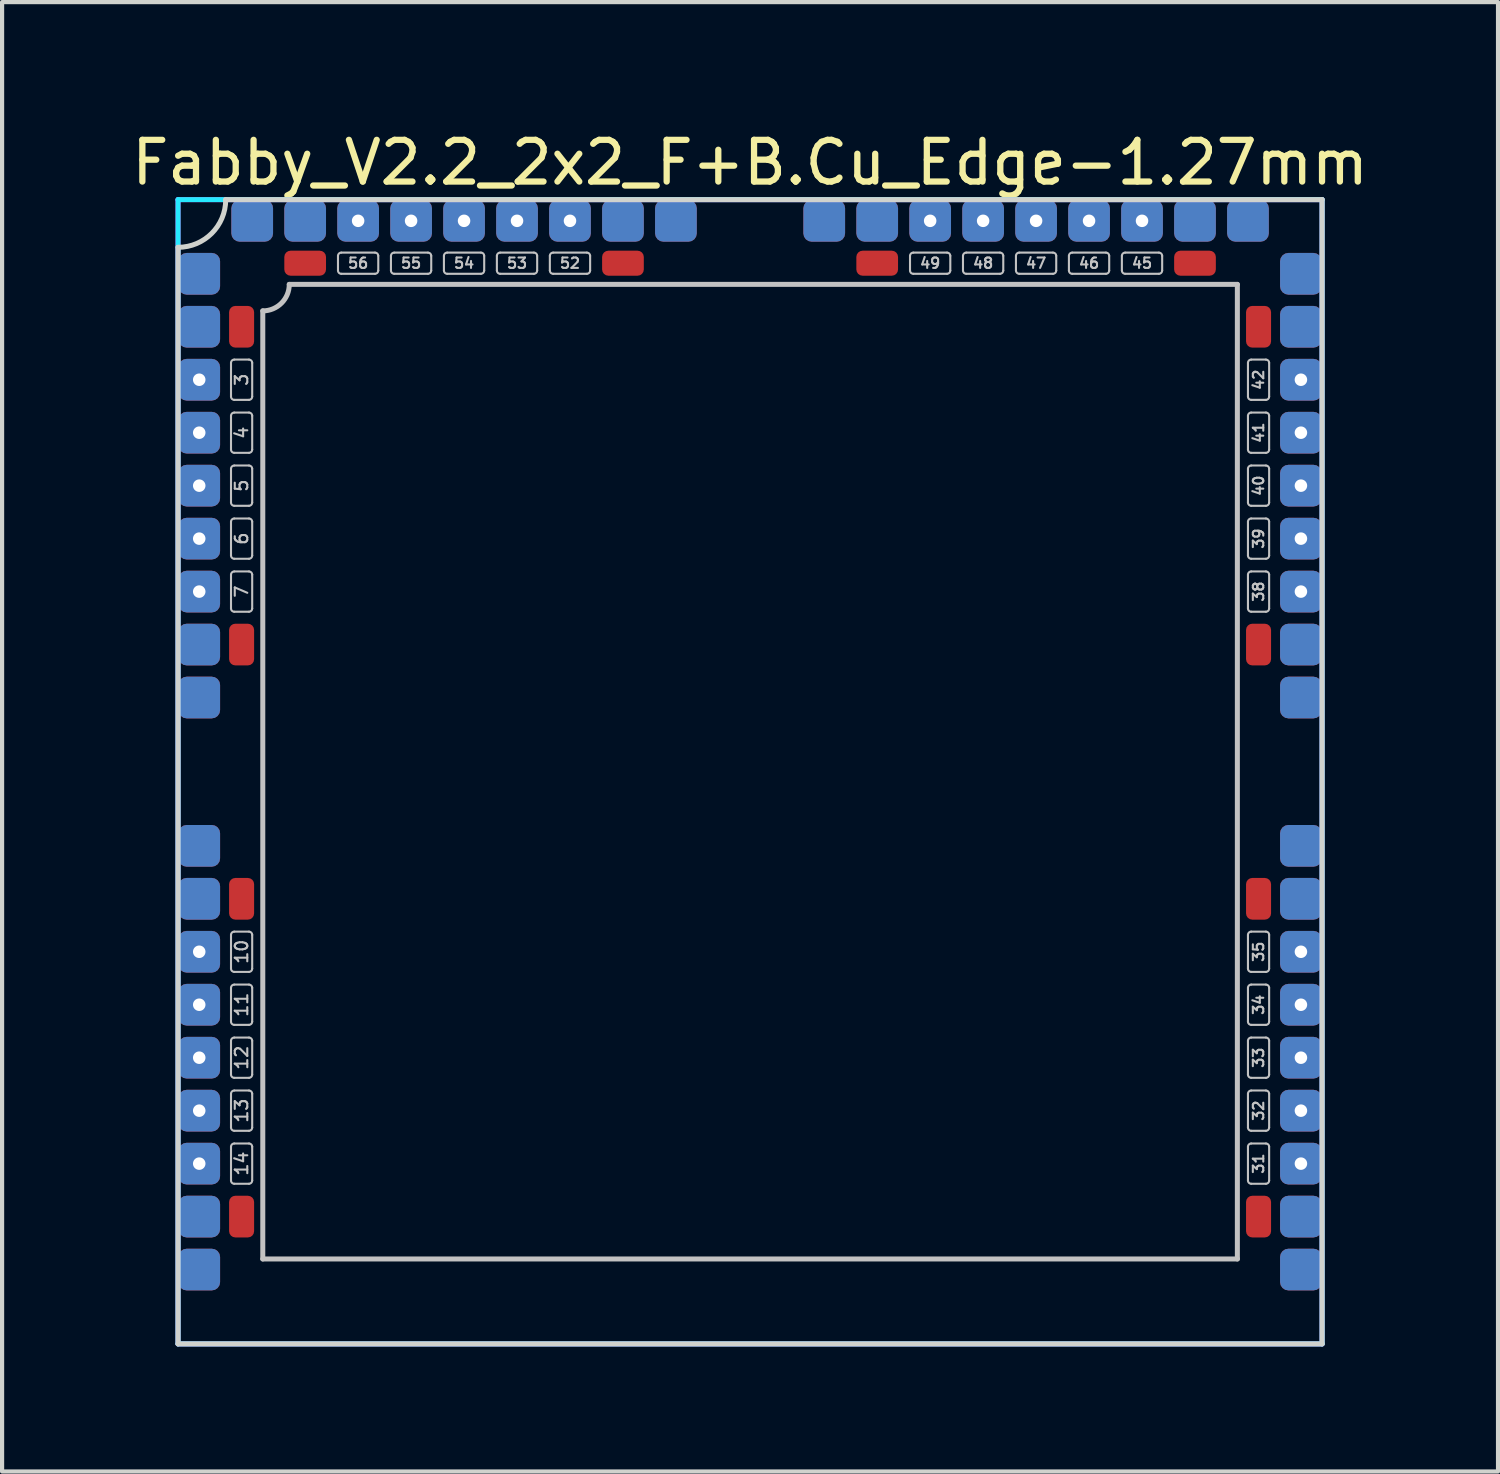
<source format=kicad_pcb>
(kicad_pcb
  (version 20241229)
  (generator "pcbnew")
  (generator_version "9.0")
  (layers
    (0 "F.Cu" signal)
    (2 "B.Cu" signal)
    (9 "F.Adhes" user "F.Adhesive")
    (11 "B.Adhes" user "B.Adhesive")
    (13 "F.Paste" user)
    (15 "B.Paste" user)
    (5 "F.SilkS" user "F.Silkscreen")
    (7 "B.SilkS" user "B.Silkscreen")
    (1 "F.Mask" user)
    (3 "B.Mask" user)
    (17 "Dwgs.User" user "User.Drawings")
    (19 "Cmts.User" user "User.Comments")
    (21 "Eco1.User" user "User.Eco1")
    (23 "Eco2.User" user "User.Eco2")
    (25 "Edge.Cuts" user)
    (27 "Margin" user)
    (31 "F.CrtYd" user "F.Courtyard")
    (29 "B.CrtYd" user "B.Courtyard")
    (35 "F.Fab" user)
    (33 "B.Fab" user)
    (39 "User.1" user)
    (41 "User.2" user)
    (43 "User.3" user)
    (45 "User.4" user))
  (footprint "Fabby_V2.2_2x2_F+B.Cu_Edge-1.27mm"
    (layer "F.Cu")
    (at 14.935 15.453)
    (property "Reference" "Fabby_V2.2_2x2_F+B.Cu_Edge-1.27mm" (at 0 -14.605 0) (layer "F.SilkS") (effects (font (size 1 1) (thickness 0.15))))
    (attr through_hole)
    (fp_line (start -12.446 -8.992) (end -12.446 -9.804) (stroke (width 0.05) (type solid)) (layer "Dwgs.User"))
    (fp_line (start -12.446 -7.722) (end -12.446 -8.534) (stroke (width 0.05) (type solid)) (layer "Dwgs.User"))
    (fp_line (start -12.446 -6.452) (end -12.446 -7.264) (stroke (width 0.05) (type solid)) (layer "Dwgs.User"))
    (fp_line (start -12.446 -5.182) (end -12.446 -5.994) (stroke (width 0.05) (type solid)) (layer "Dwgs.User"))
    (fp_line (start -12.446 -3.912) (end -12.446 -4.724) (stroke (width 0.05) (type solid)) (layer "Dwgs.User"))
    (fp_line (start -12.446 4.724) (end -12.446 3.912) (stroke (width 0.05) (type solid)) (layer "Dwgs.User"))
    (fp_line (start -12.446 5.994) (end -12.446 5.182) (stroke (width 0.05) (type solid)) (layer "Dwgs.User"))
    (fp_line (start -12.446 7.264) (end -12.446 6.452) (stroke (width 0.05) (type solid)) (layer "Dwgs.User"))
    (fp_line (start -12.446 8.534) (end -12.446 7.722) (stroke (width 0.05) (type solid)) (layer "Dwgs.User"))
    (fp_line (start -12.446 9.804) (end -12.446 8.992) (stroke (width 0.05) (type solid)) (layer "Dwgs.User"))
    (fp_line (start -12.37 -9.881) (end -12.014 -9.881) (stroke (width 0.05) (type solid)) (layer "Dwgs.User"))
    (fp_line (start -12.37 -8.915) (end -12.014 -8.915) (stroke (width 0.05) (type solid)) (layer "Dwgs.User"))
    (fp_line (start -12.37 -8.611) (end -12.014 -8.611) (stroke (width 0.05) (type solid)) (layer "Dwgs.User"))
    (fp_line (start -12.37 -7.645) (end -12.014 -7.645) (stroke (width 0.05) (type solid)) (layer "Dwgs.User"))
    (fp_line (start -12.37 -7.341) (end -12.014 -7.341) (stroke (width 0.05) (type solid)) (layer "Dwgs.User"))
    (fp_line (start -12.37 -6.375) (end -12.014 -6.375) (stroke (width 0.05) (type solid)) (layer "Dwgs.User"))
    (fp_line (start -12.37 -6.071) (end -12.014 -6.071) (stroke (width 0.05) (type solid)) (layer "Dwgs.User"))
    (fp_line (start -12.37 -5.105) (end -12.014 -5.105) (stroke (width 0.05) (type solid)) (layer "Dwgs.User"))
    (fp_line (start -12.37 -4.801) (end -12.014 -4.801) (stroke (width 0.05) (type solid)) (layer "Dwgs.User"))
    (fp_line (start -12.37 -3.835) (end -12.014 -3.835) (stroke (width 0.05) (type solid)) (layer "Dwgs.User"))
    (fp_line (start -12.37 3.835) (end -12.014 3.835) (stroke (width 0.05) (type solid)) (layer "Dwgs.User"))
    (fp_line (start -12.37 4.801) (end -12.014 4.801) (stroke (width 0.05) (type solid)) (layer "Dwgs.User"))
    (fp_line (start -12.37 5.105) (end -12.014 5.105) (stroke (width 0.05) (type solid)) (layer "Dwgs.User"))
    (fp_line (start -12.37 6.071) (end -12.014 6.071) (stroke (width 0.05) (type solid)) (layer "Dwgs.User"))
    (fp_line (start -12.37 6.375) (end -12.014 6.375) (stroke (width 0.05) (type solid)) (layer "Dwgs.User"))
    (fp_line (start -12.37 7.341) (end -12.014 7.341) (stroke (width 0.05) (type solid)) (layer "Dwgs.User"))
    (fp_line (start -12.37 7.645) (end -12.014 7.645) (stroke (width 0.05) (type solid)) (layer "Dwgs.User"))
    (fp_line (start -12.37 8.611) (end -12.014 8.611) (stroke (width 0.05) (type solid)) (layer "Dwgs.User"))
    (fp_line (start -12.37 8.915) (end -12.014 8.915) (stroke (width 0.05) (type solid)) (layer "Dwgs.User"))
    (fp_line (start -12.37 9.881) (end -12.014 9.881) (stroke (width 0.05) (type solid)) (layer "Dwgs.User"))
    (fp_line (start -11.938 -8.992) (end -11.938 -9.804) (stroke (width 0.05) (type solid)) (layer "Dwgs.User"))
    (fp_line (start -11.938 -7.722) (end -11.938 -8.534) (stroke (width 0.05) (type solid)) (layer "Dwgs.User"))
    (fp_line (start -11.938 -6.452) (end -11.938 -7.264) (stroke (width 0.05) (type solid)) (layer "Dwgs.User"))
    (fp_line (start -11.938 -5.182) (end -11.938 -5.994) (stroke (width 0.05) (type solid)) (layer "Dwgs.User"))
    (fp_line (start -11.938 -3.912) (end -11.938 -4.724) (stroke (width 0.05) (type solid)) (layer "Dwgs.User"))
    (fp_line (start -11.938 4.724) (end -11.938 3.912) (stroke (width 0.05) (type solid)) (layer "Dwgs.User"))
    (fp_line (start -11.938 5.994) (end -11.938 5.182) (stroke (width 0.05) (type solid)) (layer "Dwgs.User"))
    (fp_line (start -11.938 7.264) (end -11.938 6.452) (stroke (width 0.05) (type solid)) (layer "Dwgs.User"))
    (fp_line (start -11.938 8.534) (end -11.938 7.722) (stroke (width 0.05) (type solid)) (layer "Dwgs.User"))
    (fp_line (start -11.938 9.804) (end -11.938 8.992) (stroke (width 0.05) (type solid)) (layer "Dwgs.User"))
    (fp_line (start -11.684 11.684) (end -11.684 -11.049) (stroke (width 0.12) (type solid)) (layer "Dwgs.User"))
    (fp_line (start -11.049 -11.684) (end 11.684 -11.684) (stroke (width 0.12) (type solid)) (layer "Dwgs.User"))
    (fp_line (start -9.881 -12.014) (end -9.881 -12.37) (stroke (width 0.05) (type solid)) (layer "Dwgs.User"))
    (fp_line (start -8.992 -12.446) (end -9.804 -12.446) (stroke (width 0.05) (type solid)) (layer "Dwgs.User"))
    (fp_line (start -8.992 -11.938) (end -9.804 -11.938) (stroke (width 0.05) (type solid)) (layer "Dwgs.User"))
    (fp_line (start -8.915 -12.014) (end -8.915 -12.37) (stroke (width 0.05) (type solid)) (layer "Dwgs.User"))
    (fp_line (start -8.611 -12.014) (end -8.611 -12.37) (stroke (width 0.05) (type solid)) (layer "Dwgs.User"))
    (fp_line (start -7.722 -12.446) (end -8.534 -12.446) (stroke (width 0.05) (type solid)) (layer "Dwgs.User"))
    (fp_line (start -7.722 -11.938) (end -8.534 -11.938) (stroke (width 0.05) (type solid)) (layer "Dwgs.User"))
    (fp_line (start -7.645 -12.014) (end -7.645 -12.37) (stroke (width 0.05) (type solid)) (layer "Dwgs.User"))
    (fp_line (start -7.341 -12.014) (end -7.341 -12.37) (stroke (width 0.05) (type solid)) (layer "Dwgs.User"))
    (fp_line (start -6.452 -12.446) (end -7.264 -12.446) (stroke (width 0.05) (type solid)) (layer "Dwgs.User"))
    (fp_line (start -6.452 -11.938) (end -7.264 -11.938) (stroke (width 0.05) (type solid)) (layer "Dwgs.User"))
    (fp_line (start -6.375 -12.014) (end -6.375 -12.37) (stroke (width 0.05) (type solid)) (layer "Dwgs.User"))
    (fp_line (start -6.071 -12.014) (end -6.071 -12.37) (stroke (width 0.05) (type solid)) (layer "Dwgs.User"))
    (fp_line (start -5.182 -12.446) (end -5.994 -12.446) (stroke (width 0.05) (type solid)) (layer "Dwgs.User"))
    (fp_line (start -5.182 -11.938) (end -5.994 -11.938) (stroke (width 0.05) (type solid)) (layer "Dwgs.User"))
    (fp_line (start -5.105 -12.014) (end -5.105 -12.37) (stroke (width 0.05) (type solid)) (layer "Dwgs.User"))
    (fp_line (start -4.801 -12.014) (end -4.801 -12.37) (stroke (width 0.05) (type solid)) (layer "Dwgs.User"))
    (fp_line (start -3.912 -12.446) (end -4.724 -12.446) (stroke (width 0.05) (type solid)) (layer "Dwgs.User"))
    (fp_line (start -3.912 -11.938) (end -4.724 -11.938) (stroke (width 0.05) (type solid)) (layer "Dwgs.User"))
    (fp_line (start -3.835 -12.014) (end -3.835 -12.37) (stroke (width 0.05) (type solid)) (layer "Dwgs.User"))
    (fp_line (start 3.835 -12.014) (end 3.835 -12.37) (stroke (width 0.05) (type solid)) (layer "Dwgs.User"))
    (fp_line (start 4.724 -12.446) (end 3.912 -12.446) (stroke (width 0.05) (type solid)) (layer "Dwgs.User"))
    (fp_line (start 4.724 -11.938) (end 3.912 -11.938) (stroke (width 0.05) (type solid)) (layer "Dwgs.User"))
    (fp_line (start 4.801 -12.014) (end 4.801 -12.37) (stroke (width 0.05) (type solid)) (layer "Dwgs.User"))
    (fp_line (start 5.105 -12.014) (end 5.105 -12.37) (stroke (width 0.05) (type solid)) (layer "Dwgs.User"))
    (fp_line (start 5.994 -12.446) (end 5.182 -12.446) (stroke (width 0.05) (type solid)) (layer "Dwgs.User"))
    (fp_line (start 5.994 -11.938) (end 5.182 -11.938) (stroke (width 0.05) (type solid)) (layer "Dwgs.User"))
    (fp_line (start 6.071 -12.014) (end 6.071 -12.37) (stroke (width 0.05) (type solid)) (layer "Dwgs.User"))
    (fp_line (start 6.375 -12.014) (end 6.375 -12.37) (stroke (width 0.05) (type solid)) (layer "Dwgs.User"))
    (fp_line (start 7.264 -12.446) (end 6.452 -12.446) (stroke (width 0.05) (type solid)) (layer "Dwgs.User"))
    (fp_line (start 7.264 -11.938) (end 6.452 -11.938) (stroke (width 0.05) (type solid)) (layer "Dwgs.User"))
    (fp_line (start 7.341 -12.014) (end 7.341 -12.37) (stroke (width 0.05) (type solid)) (layer "Dwgs.User"))
    (fp_line (start 7.645 -12.014) (end 7.645 -12.37) (stroke (width 0.05) (type solid)) (layer "Dwgs.User"))
    (fp_line (start 8.534 -12.446) (end 7.722 -12.446) (stroke (width 0.05) (type solid)) (layer "Dwgs.User"))
    (fp_line (start 8.534 -11.938) (end 7.722 -11.938) (stroke (width 0.05) (type solid)) (layer "Dwgs.User"))
    (fp_line (start 8.611 -12.014) (end 8.611 -12.37) (stroke (width 0.05) (type solid)) (layer "Dwgs.User"))
    (fp_line (start 8.915 -12.014) (end 8.915 -12.37) (stroke (width 0.05) (type solid)) (layer "Dwgs.User"))
    (fp_line (start 9.804 -12.446) (end 8.992 -12.446) (stroke (width 0.05) (type solid)) (layer "Dwgs.User"))
    (fp_line (start 9.804 -11.938) (end 8.992 -11.938) (stroke (width 0.05) (type solid)) (layer "Dwgs.User"))
    (fp_line (start 9.881 -12.014) (end 9.881 -12.37) (stroke (width 0.05) (type solid)) (layer "Dwgs.User"))
    (fp_line (start 11.684 -11.684) (end 11.684 11.684) (stroke (width 0.12) (type solid)) (layer "Dwgs.User"))
    (fp_line (start 11.684 11.684) (end -11.684 11.684) (stroke (width 0.12) (type solid)) (layer "Dwgs.User"))
    (fp_line (start 11.938 -8.992) (end 11.938 -9.804) (stroke (width 0.05) (type solid)) (layer "Dwgs.User"))
    (fp_line (start 11.938 -7.722) (end 11.938 -8.534) (stroke (width 0.05) (type solid)) (layer "Dwgs.User"))
    (fp_line (start 11.938 -6.452) (end 11.938 -7.264) (stroke (width 0.05) (type solid)) (layer "Dwgs.User"))
    (fp_line (start 11.938 -5.182) (end 11.938 -5.994) (stroke (width 0.05) (type solid)) (layer "Dwgs.User"))
    (fp_line (start 11.938 -3.912) (end 11.938 -4.724) (stroke (width 0.05) (type solid)) (layer "Dwgs.User"))
    (fp_line (start 11.938 4.724) (end 11.938 3.912) (stroke (width 0.05) (type solid)) (layer "Dwgs.User"))
    (fp_line (start 11.938 5.994) (end 11.938 5.182) (stroke (width 0.05) (type solid)) (layer "Dwgs.User"))
    (fp_line (start 11.938 7.264) (end 11.938 6.452) (stroke (width 0.05) (type solid)) (layer "Dwgs.User"))
    (fp_line (start 11.938 8.534) (end 11.938 7.722) (stroke (width 0.05) (type solid)) (layer "Dwgs.User"))
    (fp_line (start 11.938 9.804) (end 11.938 8.992) (stroke (width 0.05) (type solid)) (layer "Dwgs.User"))
    (fp_line (start 12.014 -9.881) (end 12.37 -9.881) (stroke (width 0.05) (type solid)) (layer "Dwgs.User"))
    (fp_line (start 12.014 -8.915) (end 12.37 -8.915) (stroke (width 0.05) (type solid)) (layer "Dwgs.User"))
    (fp_line (start 12.014 -8.611) (end 12.37 -8.611) (stroke (width 0.05) (type solid)) (layer "Dwgs.User"))
    (fp_line (start 12.014 -7.645) (end 12.37 -7.645) (stroke (width 0.05) (type solid)) (layer "Dwgs.User"))
    (fp_line (start 12.014 -7.341) (end 12.37 -7.341) (stroke (width 0.05) (type solid)) (layer "Dwgs.User"))
    (fp_line (start 12.014 -6.375) (end 12.37 -6.375) (stroke (width 0.05) (type solid)) (layer "Dwgs.User"))
    (fp_line (start 12.014 -6.071) (end 12.37 -6.071) (stroke (width 0.05) (type solid)) (layer "Dwgs.User"))
    (fp_line (start 12.014 -5.105) (end 12.37 -5.105) (stroke (width 0.05) (type solid)) (layer "Dwgs.User"))
    (fp_line (start 12.014 -4.801) (end 12.37 -4.801) (stroke (width 0.05) (type solid)) (layer "Dwgs.User"))
    (fp_line (start 12.014 -3.835) (end 12.37 -3.835) (stroke (width 0.05) (type solid)) (layer "Dwgs.User"))
    (fp_line (start 12.014 3.835) (end 12.37 3.835) (stroke (width 0.05) (type solid)) (layer "Dwgs.User"))
    (fp_line (start 12.014 4.801) (end 12.37 4.801) (stroke (width 0.05) (type solid)) (layer "Dwgs.User"))
    (fp_line (start 12.014 5.105) (end 12.37 5.105) (stroke (width 0.05) (type solid)) (layer "Dwgs.User"))
    (fp_line (start 12.014 6.071) (end 12.37 6.071) (stroke (width 0.05) (type solid)) (layer "Dwgs.User"))
    (fp_line (start 12.014 6.375) (end 12.37 6.375) (stroke (width 0.05) (type solid)) (layer "Dwgs.User"))
    (fp_line (start 12.014 7.341) (end 12.37 7.341) (stroke (width 0.05) (type solid)) (layer "Dwgs.User"))
    (fp_line (start 12.014 7.645) (end 12.37 7.645) (stroke (width 0.05) (type solid)) (layer "Dwgs.User"))
    (fp_line (start 12.014 8.611) (end 12.37 8.611) (stroke (width 0.05) (type solid)) (layer "Dwgs.User"))
    (fp_line (start 12.014 8.915) (end 12.37 8.915) (stroke (width 0.05) (type solid)) (layer "Dwgs.User"))
    (fp_line (start 12.014 9.881) (end 12.37 9.881) (stroke (width 0.05) (type solid)) (layer "Dwgs.User"))
    (fp_line (start 12.446 -8.992) (end 12.446 -9.804) (stroke (width 0.05) (type solid)) (layer "Dwgs.User"))
    (fp_line (start 12.446 -7.722) (end 12.446 -8.534) (stroke (width 0.05) (type solid)) (layer "Dwgs.User"))
    (fp_line (start 12.446 -6.452) (end 12.446 -7.264) (stroke (width 0.05) (type solid)) (layer "Dwgs.User"))
    (fp_line (start 12.446 -5.182) (end 12.446 -5.994) (stroke (width 0.05) (type solid)) (layer "Dwgs.User"))
    (fp_line (start 12.446 -3.912) (end 12.446 -4.724) (stroke (width 0.05) (type solid)) (layer "Dwgs.User"))
    (fp_line (start 12.446 4.724) (end 12.446 3.912) (stroke (width 0.05) (type solid)) (layer "Dwgs.User"))
    (fp_line (start 12.446 5.994) (end 12.446 5.182) (stroke (width 0.05) (type solid)) (layer "Dwgs.User"))
    (fp_line (start 12.446 7.264) (end 12.446 6.452) (stroke (width 0.05) (type solid)) (layer "Dwgs.User"))
    (fp_line (start 12.446 8.534) (end 12.446 7.722) (stroke (width 0.05) (type solid)) (layer "Dwgs.User"))
    (fp_line (start 12.446 9.804) (end 12.446 8.992) (stroke (width 0.05) (type solid)) (layer "Dwgs.User"))
    (fp_arc (start -12.446 -9.8044) (mid -12.423682 -9.858282) (end -12.3698 -9.8806) (stroke (width 0.05) (type solid)) (layer "Dwgs.User"))
    (fp_arc (start -12.446 -8.5344) (mid -12.423682 -8.588282) (end -12.3698 -8.6106) (stroke (width 0.05) (type solid)) (layer "Dwgs.User"))
    (fp_arc (start -12.446 -7.2644) (mid -12.423682 -7.318282) (end -12.3698 -7.3406) (stroke (width 0.05) (type solid)) (layer "Dwgs.User"))
    (fp_arc (start -12.446 -5.9944) (mid -12.423682 -6.048282) (end -12.3698 -6.0706) (stroke (width 0.05) (type solid)) (layer "Dwgs.User"))
    (fp_arc (start -12.446 -4.7244) (mid -12.423682 -4.778282) (end -12.3698 -4.8006) (stroke (width 0.05) (type solid)) (layer "Dwgs.User"))
    (fp_arc (start -12.446 3.9116) (mid -12.423682 3.857718) (end -12.3698 3.8354) (stroke (width 0.05) (type solid)) (layer "Dwgs.User"))
    (fp_arc (start -12.446 5.1816) (mid -12.423682 5.127718) (end -12.3698 5.1054) (stroke (width 0.05) (type solid)) (layer "Dwgs.User"))
    (fp_arc (start -12.446 6.4516) (mid -12.423682 6.397718) (end -12.3698 6.3754) (stroke (width 0.05) (type solid)) (layer "Dwgs.User"))
    (fp_arc (start -12.446 7.7216) (mid -12.423682 7.667718) (end -12.3698 7.6454) (stroke (width 0.05) (type solid)) (layer "Dwgs.User"))
    (fp_arc (start -12.446 8.9916) (mid -12.423682 8.937718) (end -12.3698 8.9154) (stroke (width 0.05) (type solid)) (layer "Dwgs.User"))
    (fp_arc (start -12.3698 -8.9154) (mid -12.423682 -8.937718) (end -12.446 -8.9916) (stroke (width 0.05) (type solid)) (layer "Dwgs.User"))
    (fp_arc (start -12.3698 -7.6454) (mid -12.423682 -7.667718) (end -12.446 -7.7216) (stroke (width 0.05) (type solid)) (layer "Dwgs.User"))
    (fp_arc (start -12.3698 -6.3754) (mid -12.423682 -6.397718) (end -12.446 -6.4516) (stroke (width 0.05) (type solid)) (layer "Dwgs.User"))
    (fp_arc (start -12.3698 -5.1054) (mid -12.423682 -5.127718) (end -12.446 -5.1816) (stroke (width 0.05) (type solid)) (layer "Dwgs.User"))
    (fp_arc (start -12.3698 -3.8354) (mid -12.423682 -3.857718) (end -12.446 -3.9116) (stroke (width 0.05) (type solid)) (layer "Dwgs.User"))
    (fp_arc (start -12.3698 4.8006) (mid -12.423682 4.778282) (end -12.446 4.7244) (stroke (width 0.05) (type solid)) (layer "Dwgs.User"))
    (fp_arc (start -12.3698 6.0706) (mid -12.423682 6.048282) (end -12.446 5.9944) (stroke (width 0.05) (type solid)) (layer "Dwgs.User"))
    (fp_arc (start -12.3698 7.3406) (mid -12.423682 7.318282) (end -12.446 7.2644) (stroke (width 0.05) (type solid)) (layer "Dwgs.User"))
    (fp_arc (start -12.3698 8.6106) (mid -12.423682 8.588282) (end -12.446 8.5344) (stroke (width 0.05) (type solid)) (layer "Dwgs.User"))
    (fp_arc (start -12.3698 9.8806) (mid -12.423682 9.858282) (end -12.446 9.8044) (stroke (width 0.05) (type solid)) (layer "Dwgs.User"))
    (fp_arc (start -12.0142 -9.8806) (mid -11.960318 -9.858282) (end -11.938 -9.8044) (stroke (width 0.05) (type solid)) (layer "Dwgs.User"))
    (fp_arc (start -12.0142 -8.6106) (mid -11.960318 -8.588282) (end -11.938 -8.5344) (stroke (width 0.05) (type solid)) (layer "Dwgs.User"))
    (fp_arc (start -12.0142 -7.3406) (mid -11.960318 -7.318282) (end -11.938 -7.2644) (stroke (width 0.05) (type solid)) (layer "Dwgs.User"))
    (fp_arc (start -12.0142 -6.0706) (mid -11.960318 -6.048282) (end -11.938 -5.9944) (stroke (width 0.05) (type solid)) (layer "Dwgs.User"))
    (fp_arc (start -12.0142 -4.8006) (mid -11.960318 -4.778282) (end -11.938 -4.7244) (stroke (width 0.05) (type solid)) (layer "Dwgs.User"))
    (fp_arc (start -12.0142 3.8354) (mid -11.960318 3.857718) (end -11.938 3.9116) (stroke (width 0.05) (type solid)) (layer "Dwgs.User"))
    (fp_arc (start -12.0142 5.1054) (mid -11.960318 5.127718) (end -11.938 5.1816) (stroke (width 0.05) (type solid)) (layer "Dwgs.User"))
    (fp_arc (start -12.0142 6.3754) (mid -11.960318 6.397718) (end -11.938 6.4516) (stroke (width 0.05) (type solid)) (layer "Dwgs.User"))
    (fp_arc (start -12.0142 7.6454) (mid -11.960318 7.667718) (end -11.938 7.7216) (stroke (width 0.05) (type solid)) (layer "Dwgs.User"))
    (fp_arc (start -12.0142 8.9154) (mid -11.960318 8.937718) (end -11.938 8.9916) (stroke (width 0.05) (type solid)) (layer "Dwgs.User"))
    (fp_arc (start -11.938 -8.9916) (mid -11.960318 -8.937718) (end -12.0142 -8.9154) (stroke (width 0.05) (type solid)) (layer "Dwgs.User"))
    (fp_arc (start -11.938 -7.7216) (mid -11.960318 -7.667718) (end -12.0142 -7.6454) (stroke (width 0.05) (type solid)) (layer "Dwgs.User"))
    (fp_arc (start -11.938 -6.4516) (mid -11.960318 -6.397718) (end -12.0142 -6.3754) (stroke (width 0.05) (type solid)) (layer "Dwgs.User"))
    (fp_arc (start -11.938 -5.1816) (mid -11.960318 -5.127718) (end -12.0142 -5.1054) (stroke (width 0.05) (type solid)) (layer "Dwgs.User"))
    (fp_arc (start -11.938 -3.9116) (mid -11.960318 -3.857718) (end -12.0142 -3.8354) (stroke (width 0.05) (type solid)) (layer "Dwgs.User"))
    (fp_arc (start -11.938 4.7244) (mid -11.960318 4.778282) (end -12.0142 4.8006) (stroke (width 0.05) (type solid)) (layer "Dwgs.User"))
    (fp_arc (start -11.938 5.9944) (mid -11.960318 6.048282) (end -12.0142 6.0706) (stroke (width 0.05) (type solid)) (layer "Dwgs.User"))
    (fp_arc (start -11.938 7.2644) (mid -11.960318 7.318282) (end -12.0142 7.3406) (stroke (width 0.05) (type solid)) (layer "Dwgs.User"))
    (fp_arc (start -11.938 8.5344) (mid -11.960318 8.588282) (end -12.0142 8.6106) (stroke (width 0.05) (type solid)) (layer "Dwgs.User"))
    (fp_arc (start -11.938 9.8044) (mid -11.960318 9.858282) (end -12.0142 9.8806) (stroke (width 0.05) (type solid)) (layer "Dwgs.User"))
    (fp_arc (start -11.049 -11.684) (mid -11.234987 -11.234987) (end -11.684 -11.049) (stroke (width 0.12) (type solid)) (layer "Dwgs.User"))
    (fp_arc (start -9.8806 -12.3698) (mid -9.858282 -12.423682) (end -9.8044 -12.446) (stroke (width 0.05) (type solid)) (layer "Dwgs.User"))
    (fp_arc (start -9.8044 -11.938) (mid -9.858282 -11.960318) (end -9.8806 -12.0142) (stroke (width 0.05) (type solid)) (layer "Dwgs.User"))
    (fp_arc (start -8.9916 -12.446) (mid -8.937718 -12.423682) (end -8.9154 -12.3698) (stroke (width 0.05) (type solid)) (layer "Dwgs.User"))
    (fp_arc (start -8.9154 -12.0142) (mid -8.937718 -11.960318) (end -8.9916 -11.938) (stroke (width 0.05) (type solid)) (layer "Dwgs.User"))
    (fp_arc (start -8.6106 -12.3698) (mid -8.588282 -12.423682) (end -8.5344 -12.446) (stroke (width 0.05) (type solid)) (layer "Dwgs.User"))
    (fp_arc (start -8.5344 -11.938) (mid -8.588282 -11.960318) (end -8.6106 -12.0142) (stroke (width 0.05) (type solid)) (layer "Dwgs.User"))
    (fp_arc (start -7.7216 -12.446) (mid -7.667718 -12.423682) (end -7.6454 -12.3698) (stroke (width 0.05) (type solid)) (layer "Dwgs.User"))
    (fp_arc (start -7.6454 -12.0142) (mid -7.667718 -11.960318) (end -7.7216 -11.938) (stroke (width 0.05) (type solid)) (layer "Dwgs.User"))
    (fp_arc (start -7.3406 -12.3698) (mid -7.318282 -12.423682) (end -7.2644 -12.446) (stroke (width 0.05) (type solid)) (layer "Dwgs.User"))
    (fp_arc (start -7.2644 -11.938) (mid -7.318282 -11.960318) (end -7.3406 -12.0142) (stroke (width 0.05) (type solid)) (layer "Dwgs.User"))
    (fp_arc (start -6.4516 -12.446) (mid -6.397718 -12.423682) (end -6.3754 -12.3698) (stroke (width 0.05) (type solid)) (layer "Dwgs.User"))
    (fp_arc (start -6.3754 -12.0142) (mid -6.397718 -11.960318) (end -6.4516 -11.938) (stroke (width 0.05) (type solid)) (layer "Dwgs.User"))
    (fp_arc (start -6.0706 -12.3698) (mid -6.048282 -12.423682) (end -5.9944 -12.446) (stroke (width 0.05) (type solid)) (layer "Dwgs.User"))
    (fp_arc (start -5.9944 -11.938) (mid -6.048282 -11.960318) (end -6.0706 -12.0142) (stroke (width 0.05) (type solid)) (layer "Dwgs.User"))
    (fp_arc (start -5.1816 -12.446) (mid -5.127718 -12.423682) (end -5.1054 -12.3698) (stroke (width 0.05) (type solid)) (layer "Dwgs.User"))
    (fp_arc (start -5.1054 -12.0142) (mid -5.127718 -11.960318) (end -5.1816 -11.938) (stroke (width 0.05) (type solid)) (layer "Dwgs.User"))
    (fp_arc (start -4.8006 -12.3698) (mid -4.778282 -12.423682) (end -4.7244 -12.446) (stroke (width 0.05) (type solid)) (layer "Dwgs.User"))
    (fp_arc (start -4.7244 -11.938) (mid -4.778282 -11.960318) (end -4.8006 -12.0142) (stroke (width 0.05) (type solid)) (layer "Dwgs.User"))
    (fp_arc (start -3.9116 -12.446) (mid -3.857718 -12.423682) (end -3.8354 -12.3698) (stroke (width 0.05) (type solid)) (layer "Dwgs.User"))
    (fp_arc (start -3.8354 -12.0142) (mid -3.857718 -11.960318) (end -3.9116 -11.938) (stroke (width 0.05) (type solid)) (layer "Dwgs.User"))
    (fp_arc (start 3.8354 -12.3698) (mid 3.857718 -12.423682) (end 3.9116 -12.446) (stroke (width 0.05) (type solid)) (layer "Dwgs.User"))
    (fp_arc (start 3.9116 -11.938) (mid 3.857718 -11.960318) (end 3.8354 -12.0142) (stroke (width 0.05) (type solid)) (layer "Dwgs.User"))
    (fp_arc (start 4.7244 -12.446) (mid 4.778282 -12.423682) (end 4.8006 -12.3698) (stroke (width 0.05) (type solid)) (layer "Dwgs.User"))
    (fp_arc (start 4.8006 -12.0142) (mid 4.778282 -11.960318) (end 4.7244 -11.938) (stroke (width 0.05) (type solid)) (layer "Dwgs.User"))
    (fp_arc (start 5.1054 -12.3698) (mid 5.127718 -12.423682) (end 5.1816 -12.446) (stroke (width 0.05) (type solid)) (layer "Dwgs.User"))
    (fp_arc (start 5.1816 -11.938) (mid 5.127718 -11.960318) (end 5.1054 -12.0142) (stroke (width 0.05) (type solid)) (layer "Dwgs.User"))
    (fp_arc (start 5.9944 -12.446) (mid 6.048282 -12.423682) (end 6.0706 -12.3698) (stroke (width 0.05) (type solid)) (layer "Dwgs.User"))
    (fp_arc (start 6.0706 -12.0142) (mid 6.048282 -11.960318) (end 5.9944 -11.938) (stroke (width 0.05) (type solid)) (layer "Dwgs.User"))
    (fp_arc (start 6.3754 -12.3698) (mid 6.397718 -12.423682) (end 6.4516 -12.446) (stroke (width 0.05) (type solid)) (layer "Dwgs.User"))
    (fp_arc (start 6.4516 -11.938) (mid 6.397718 -11.960318) (end 6.3754 -12.0142) (stroke (width 0.05) (type solid)) (layer "Dwgs.User"))
    (fp_arc (start 7.2644 -12.446) (mid 7.318282 -12.423682) (end 7.3406 -12.3698) (stroke (width 0.05) (type solid)) (layer "Dwgs.User"))
    (fp_arc (start 7.3406 -12.0142) (mid 7.318282 -11.960318) (end 7.2644 -11.938) (stroke (width 0.05) (type solid)) (layer "Dwgs.User"))
    (fp_arc (start 7.6454 -12.3698) (mid 7.667718 -12.423682) (end 7.7216 -12.446) (stroke (width 0.05) (type solid)) (layer "Dwgs.User"))
    (fp_arc (start 7.7216 -11.938) (mid 7.667718 -11.960318) (end 7.6454 -12.0142) (stroke (width 0.05) (type solid)) (layer "Dwgs.User"))
    (fp_arc (start 8.5344 -12.446) (mid 8.588282 -12.423682) (end 8.6106 -12.3698) (stroke (width 0.05) (type solid)) (layer "Dwgs.User"))
    (fp_arc (start 8.6106 -12.0142) (mid 8.588282 -11.960318) (end 8.5344 -11.938) (stroke (width 0.05) (type solid)) (layer "Dwgs.User"))
    (fp_arc (start 8.9154 -12.3698) (mid 8.937718 -12.423682) (end 8.9916 -12.446) (stroke (width 0.05) (type solid)) (layer "Dwgs.User"))
    (fp_arc (start 8.9916 -11.938) (mid 8.937718 -11.960318) (end 8.9154 -12.0142) (stroke (width 0.05) (type solid)) (layer "Dwgs.User"))
    (fp_arc (start 9.8044 -12.446) (mid 9.858282 -12.423682) (end 9.8806 -12.3698) (stroke (width 0.05) (type solid)) (layer "Dwgs.User"))
    (fp_arc (start 9.8806 -12.0142) (mid 9.858282 -11.960318) (end 9.8044 -11.938) (stroke (width 0.05) (type solid)) (layer "Dwgs.User"))
    (fp_arc (start 11.938 -9.8044) (mid 11.960318 -9.858282) (end 12.0142 -9.8806) (stroke (width 0.05) (type solid)) (layer "Dwgs.User"))
    (fp_arc (start 11.938 -8.5344) (mid 11.960318 -8.588282) (end 12.0142 -8.6106) (stroke (width 0.05) (type solid)) (layer "Dwgs.User"))
    (fp_arc (start 11.938 -7.2644) (mid 11.960318 -7.318282) (end 12.0142 -7.3406) (stroke (width 0.05) (type solid)) (layer "Dwgs.User"))
    (fp_arc (start 11.938 -5.9944) (mid 11.960318 -6.048282) (end 12.0142 -6.0706) (stroke (width 0.05) (type solid)) (layer "Dwgs.User"))
    (fp_arc (start 11.938 -4.7244) (mid 11.960318 -4.778282) (end 12.0142 -4.8006) (stroke (width 0.05) (type solid)) (layer "Dwgs.User"))
    (fp_arc (start 11.938 3.9116) (mid 11.960318 3.857718) (end 12.0142 3.8354) (stroke (width 0.05) (type solid)) (layer "Dwgs.User"))
    (fp_arc (start 11.938 5.1816) (mid 11.960318 5.127718) (end 12.0142 5.1054) (stroke (width 0.05) (type solid)) (layer "Dwgs.User"))
    (fp_arc (start 11.938 6.4516) (mid 11.960318 6.397718) (end 12.0142 6.3754) (stroke (width 0.05) (type solid)) (layer "Dwgs.User"))
    (fp_arc (start 11.938 7.7216) (mid 11.960318 7.667718) (end 12.0142 7.6454) (stroke (width 0.05) (type solid)) (layer "Dwgs.User"))
    (fp_arc (start 11.938 8.9916) (mid 11.960318 8.937718) (end 12.0142 8.9154) (stroke (width 0.05) (type solid)) (layer "Dwgs.User"))
    (fp_arc (start 12.0142 -8.9154) (mid 11.960318 -8.937718) (end 11.938 -8.9916) (stroke (width 0.05) (type solid)) (layer "Dwgs.User"))
    (fp_arc (start 12.0142 -7.6454) (mid 11.960318 -7.667718) (end 11.938 -7.7216) (stroke (width 0.05) (type solid)) (layer "Dwgs.User"))
    (fp_arc (start 12.0142 -6.3754) (mid 11.960318 -6.397718) (end 11.938 -6.4516) (stroke (width 0.05) (type solid)) (layer "Dwgs.User"))
    (fp_arc (start 12.0142 -5.1054) (mid 11.960318 -5.127718) (end 11.938 -5.1816) (stroke (width 0.05) (type solid)) (layer "Dwgs.User"))
    (fp_arc (start 12.0142 -3.8354) (mid 11.960318 -3.857718) (end 11.938 -3.9116) (stroke (width 0.05) (type solid)) (layer "Dwgs.User"))
    (fp_arc (start 12.0142 4.8006) (mid 11.960318 4.778282) (end 11.938 4.7244) (stroke (width 0.05) (type solid)) (layer "Dwgs.User"))
    (fp_arc (start 12.0142 6.0706) (mid 11.960318 6.048282) (end 11.938 5.9944) (stroke (width 0.05) (type solid)) (layer "Dwgs.User"))
    (fp_arc (start 12.0142 7.3406) (mid 11.960318 7.318282) (end 11.938 7.2644) (stroke (width 0.05) (type solid)) (layer "Dwgs.User"))
    (fp_arc (start 12.0142 8.6106) (mid 11.960318 8.588282) (end 11.938 8.5344) (stroke (width 0.05) (type solid)) (layer "Dwgs.User"))
    (fp_arc (start 12.0142 9.8806) (mid 11.960318 9.858282) (end 11.938 9.8044) (stroke (width 0.05) (type solid)) (layer "Dwgs.User"))
    (fp_arc (start 12.3698 -9.8806) (mid 12.423682 -9.858282) (end 12.446 -9.8044) (stroke (width 0.05) (type solid)) (layer "Dwgs.User"))
    (fp_arc (start 12.3698 -8.6106) (mid 12.423682 -8.588282) (end 12.446 -8.5344) (stroke (width 0.05) (type solid)) (layer "Dwgs.User"))
    (fp_arc (start 12.3698 -7.3406) (mid 12.423682 -7.318282) (end 12.446 -7.2644) (stroke (width 0.05) (type solid)) (layer "Dwgs.User"))
    (fp_arc (start 12.3698 -6.0706) (mid 12.423682 -6.048282) (end 12.446 -5.9944) (stroke (width 0.05) (type solid)) (layer "Dwgs.User"))
    (fp_arc (start 12.3698 -4.8006) (mid 12.423682 -4.778282) (end 12.446 -4.7244) (stroke (width 0.05) (type solid)) (layer "Dwgs.User"))
    (fp_arc (start 12.3698 3.8354) (mid 12.423682 3.857718) (end 12.446 3.9116) (stroke (width 0.05) (type solid)) (layer "Dwgs.User"))
    (fp_arc (start 12.3698 5.1054) (mid 12.423682 5.127718) (end 12.446 5.1816) (stroke (width 0.05) (type solid)) (layer "Dwgs.User"))
    (fp_arc (start 12.3698 6.3754) (mid 12.423682 6.397718) (end 12.446 6.4516) (stroke (width 0.05) (type solid)) (layer "Dwgs.User"))
    (fp_arc (start 12.3698 7.6454) (mid 12.423682 7.667718) (end 12.446 7.7216) (stroke (width 0.05) (type solid)) (layer "Dwgs.User"))
    (fp_arc (start 12.3698 8.9154) (mid 12.423682 8.937718) (end 12.446 8.9916) (stroke (width 0.05) (type solid)) (layer "Dwgs.User"))
    (fp_arc (start 12.446 -8.9916) (mid 12.423682 -8.937718) (end 12.3698 -8.9154) (stroke (width 0.05) (type solid)) (layer "Dwgs.User"))
    (fp_arc (start 12.446 -7.7216) (mid 12.423682 -7.667718) (end 12.3698 -7.6454) (stroke (width 0.05) (type solid)) (layer "Dwgs.User"))
    (fp_arc (start 12.446 -6.4516) (mid 12.423682 -6.397718) (end 12.3698 -6.3754) (stroke (width 0.05) (type solid)) (layer "Dwgs.User"))
    (fp_arc (start 12.446 -5.1816) (mid 12.423682 -5.127718) (end 12.3698 -5.1054) (stroke (width 0.05) (type solid)) (layer "Dwgs.User"))
    (fp_arc (start 12.446 -3.9116) (mid 12.423682 -3.857718) (end 12.3698 -3.8354) (stroke (width 0.05) (type solid)) (layer "Dwgs.User"))
    (fp_arc (start 12.446 4.7244) (mid 12.423682 4.778282) (end 12.3698 4.8006) (stroke (width 0.05) (type solid)) (layer "Dwgs.User"))
    (fp_arc (start 12.446 5.9944) (mid 12.423682 6.048282) (end 12.3698 6.0706) (stroke (width 0.05) (type solid)) (layer "Dwgs.User"))
    (fp_arc (start 12.446 7.2644) (mid 12.423682 7.318282) (end 12.3698 7.3406) (stroke (width 0.05) (type solid)) (layer "Dwgs.User"))
    (fp_arc (start 12.446 8.5344) (mid 12.423682 8.588282) (end 12.3698 8.6106) (stroke (width 0.05) (type solid)) (layer "Dwgs.User"))
    (fp_arc (start 12.446 9.8044) (mid 12.423682 9.858282) (end 12.3698 9.8806) (stroke (width 0.05) (type solid)) (layer "Dwgs.User"))
    (fp_line (start -13.716 -12.573) (end -13.716 13.72) (stroke (width 0.12) (type solid)) (layer "Edge.Cuts"))
    (fp_line (start -13.716 13.72) (end 13.716 13.72) (stroke (width 0.12) (type solid)) (layer "Edge.Cuts"))
    (fp_line (start -12.573 -13.716) (end 13.716 -13.716) (stroke (width 0.12) (type solid)) (layer "Edge.Cuts"))
    (fp_line (start 13.716 -13.716) (end 13.716 13.72) (stroke (width 0.12) (type solid)) (layer "Edge.Cuts"))
    (fp_arc (start -12.573 -13.716) (mid -12.907777 -12.907777) (end -13.716 -12.573) (stroke (width 0.12) (type solid)) (layer "Edge.Cuts"))
    (fp_line (start -13.716 -13.716) (end 13.716 -13.716) (stroke (width 0.12) (type solid)) (layer "B.CrtYd"))
    (fp_line (start -13.716 13.72) (end -13.716 -13.716) (stroke (width 0.12) (type solid)) (layer "B.CrtYd"))
    (fp_line (start 13.716 -13.716) (end 13.716 13.72) (stroke (width 0.12) (type solid)) (layer "B.CrtYd"))
    (fp_line (start 13.716 13.72) (end -13.716 13.72) (stroke (width 0.12) (type solid)) (layer "B.CrtYd"))
    (fp_line (start -13.716 -13.716) (end 13.716 -13.716) (stroke (width 0.12) (type solid)) (layer "F.CrtYd"))
    (fp_line (start -13.716 13.72) (end -13.716 -13.716) (stroke (width 0.12) (type solid)) (layer "F.CrtYd"))
    (fp_line (start 13.716 -13.716) (end 13.716 13.72) (stroke (width 0.12) (type solid)) (layer "F.CrtYd"))
    (fp_line (start 13.716 13.72) (end -13.716 13.72) (stroke (width 0.12) (type solid)) (layer "F.CrtYd"))
    (fp_text user "5" (at -12.192 -6.858 90) (layer "Dwgs.User") (effects (font (size 0.3 0.3) (thickness 0.05))))
    (fp_text user "46" (at 8.128 -12.192 0) (layer "Dwgs.User") (effects (font (size 0.25 0.25) (thickness 0.05))))
    (fp_text user "33" (at 12.192 6.858 270) (layer "Dwgs.User") (effects (font (size 0.25 0.25) (thickness 0.05))))
    (fp_text user "14" (at -12.192 9.398 90) (layer "Dwgs.User") (effects (font (size 0.3 0.3) (thickness 0.05))))
    (fp_text user "11" (at -12.192 5.588 90) (layer "Dwgs.User") (effects (font (size 0.3 0.3) (thickness 0.05))))
    (fp_text user "48" (at 5.588 -12.192 0) (layer "Dwgs.User") (effects (font (size 0.25 0.25) (thickness 0.05))))
    (fp_text user "52" (at -4.318 -12.192 0) (layer "Dwgs.User") (effects (font (size 0.25 0.25) (thickness 0.05))))
    (fp_text user "39" (at 12.192 -5.588 270) (layer "Dwgs.User") (effects (font (size 0.25 0.25) (thickness 0.05))))
    (fp_text user "38" (at 12.192 -4.318 270) (layer "Dwgs.User") (effects (font (size 0.25 0.25) (thickness 0.05))))
    (fp_text user "41" (at 12.192 -8.128 270) (layer "Dwgs.User") (effects (font (size 0.25 0.25) (thickness 0.05))))
    (fp_text user "34" (at 12.192 5.588 270) (layer "Dwgs.User") (effects (font (size 0.25 0.25) (thickness 0.05))))
    (fp_text user "47" (at 6.858 -12.192 0) (layer "Dwgs.User") (effects (font (size 0.25 0.25) (thickness 0.05))))
    (fp_text user "49" (at 4.318 -12.192 0) (layer "Dwgs.User") (effects (font (size 0.25 0.25) (thickness 0.05))))
    (fp_text user "32" (at 12.192 8.128 270) (layer "Dwgs.User") (effects (font (size 0.25 0.25) (thickness 0.05))))
    (fp_text user "3" (at -12.192 -9.398 90) (layer "Dwgs.User") (effects (font (size 0.3 0.3) (thickness 0.05))))
    (fp_text user "55" (at -8.128 -12.192 0) (layer "Dwgs.User") (effects (font (size 0.25 0.25) (thickness 0.05))))
    (fp_text user "56" (at -9.398 -12.192 0) (layer "Dwgs.User") (effects (font (size 0.25 0.25) (thickness 0.05))))
    (fp_text user "12" (at -12.192 6.858 90) (layer "Dwgs.User") (effects (font (size 0.3 0.3) (thickness 0.05))))
    (fp_text user "7" (at -12.192 -4.318 90) (layer "Dwgs.User") (effects (font (size 0.3 0.3) (thickness 0.05))))
    (fp_text user "4" (at -12.192 -8.128 90) (layer "Dwgs.User") (effects (font (size 0.3 0.3) (thickness 0.05))))
    (fp_text user "10" (at -12.192 4.318 90) (layer "Dwgs.User") (effects (font (size 0.3 0.3) (thickness 0.05))))
    (fp_text user "35" (at 12.192 4.318 270) (layer "Dwgs.User") (effects (font (size 0.25 0.25) (thickness 0.05))))
    (fp_text user "40" (at 12.192 -6.858 270) (layer "Dwgs.User") (effects (font (size 0.25 0.25) (thickness 0.05))))
    (fp_text user "13" (at -12.192 8.128 90) (layer "Dwgs.User") (effects (font (size 0.3 0.3) (thickness 0.05))))
    (fp_text user "6" (at -12.192 -5.588 90) (layer "Dwgs.User") (effects (font (size 0.3 0.3) (thickness 0.05))))
    (fp_text user "54" (at -6.858 -12.192 0) (layer "Dwgs.User") (effects (font (size 0.25 0.25) (thickness 0.05))))
    (fp_text user "42" (at 12.192 -9.398 270) (layer "Dwgs.User") (effects (font (size 0.25 0.25) (thickness 0.05))))
    (fp_text user "45" (at 9.398 -12.192 0) (layer "Dwgs.User") (effects (font (size 0.25 0.25) (thickness 0.05))))
    (fp_text user "53" (at -5.588 -12.192 0) (layer "Dwgs.User") (effects (font (size 0.25 0.25) (thickness 0.05))))
    (fp_text user "31" (at 12.192 9.398 270) (layer "Dwgs.User") (effects (font (size 0.25 0.25) (thickness 0.05))))
    (pad "" smd roundrect (at -13.208 -11.938 270) (size 1 1) (layers "B.Cu" "B.Mask" "B.Paste") (roundrect_rratio 0.2))
    (pad "" smd roundrect (at -13.208 -10.668 270) (size 1 1) (layers "F.Cu" "F.Mask" "F.Paste") (roundrect_rratio 0.2))
    (pad "" smd roundrect (at -13.208 -10.668 270) (size 1 1) (layers "B.Cu" "B.Mask" "B.Paste") (roundrect_rratio 0.2))
    (pad "" smd roundrect (at -13.208 -3.048 270) (size 1 1) (layers "F.Cu" "F.Mask" "F.Paste") (roundrect_rratio 0.2))
    (pad "" smd roundrect (at -13.208 -3.048 270) (size 1 1) (layers "B.Cu" "B.Mask" "B.Paste") (roundrect_rratio 0.2))
    (pad "" smd roundrect (at -13.208 -1.778 270) (size 1 1) (layers "B.Cu" "B.Mask" "B.Paste") (roundrect_rratio 0.2))
    (pad "" smd roundrect (at -13.208 1.778 270) (size 1 1) (layers "B.Cu" "B.Mask" "B.Paste") (roundrect_rratio 0.2))
    (pad "" smd roundrect (at -13.208 3.048 270) (size 1 1) (layers "F.Cu" "F.Mask" "F.Paste") (roundrect_rratio 0.2))
    (pad "" smd roundrect (at -13.208 3.048 270) (size 1 1) (layers "B.Cu" "B.Mask" "B.Paste") (roundrect_rratio 0.2))
    (pad "" smd roundrect (at -13.208 10.668 270) (size 1 1) (layers "F.Cu" "F.Mask" "F.Paste") (roundrect_rratio 0.2))
    (pad "" smd roundrect (at -13.208 10.668 270) (size 1 1) (layers "B.Cu" "B.Mask" "B.Paste") (roundrect_rratio 0.2))
    (pad "" smd roundrect (at -13.208 11.938 270) (size 1 1) (layers "B.Cu" "B.Mask" "B.Paste") (roundrect_rratio 0.2))
    (pad "" smd roundrect (at -11.938 -13.208 270) (size 1 1) (layers "B.Cu" "B.Mask" "B.Paste") (roundrect_rratio 0.2))
    (pad "" smd roundrect (at -10.668 -13.208 270) (size 1 1) (layers "F.Cu" "F.Mask" "F.Paste") (roundrect_rratio 0.2))
    (pad "" smd roundrect (at -10.668 -13.208 270) (size 1 1) (layers "B.Cu" "B.Mask" "B.Paste") (roundrect_rratio 0.2))
    (pad "" smd roundrect (at -3.048 -13.208 270) (size 1 1) (layers "F.Cu" "F.Mask" "F.Paste") (roundrect_rratio 0.2))
    (pad "" smd roundrect (at -3.048 -13.208 270) (size 1 1) (layers "B.Cu" "B.Mask" "B.Paste") (roundrect_rratio 0.2))
    (pad "" smd roundrect (at -1.778 -13.208 270) (size 1 1) (layers "B.Cu" "B.Mask" "B.Paste") (roundrect_rratio 0.2))
    (pad "" smd roundrect (at 1.778 -13.208 270) (size 1 1) (layers "B.Cu" "B.Mask" "B.Paste") (roundrect_rratio 0.2))
    (pad "" smd roundrect (at 3.048 -13.208 270) (size 1 1) (layers "F.Cu" "F.Mask" "F.Paste") (roundrect_rratio 0.2))
    (pad "" smd roundrect (at 3.048 -13.208 270) (size 1 1) (layers "B.Cu" "B.Mask" "B.Paste") (roundrect_rratio 0.2))
    (pad "" smd roundrect (at 10.668 -13.208 270) (size 1 1) (layers "F.Cu" "F.Mask" "F.Paste") (roundrect_rratio 0.2))
    (pad "" smd roundrect (at 10.668 -13.208 270) (size 1 1) (layers "B.Cu" "B.Mask" "B.Paste") (roundrect_rratio 0.2))
    (pad "" smd roundrect (at 11.938 -13.208 270) (size 1 1) (layers "B.Cu" "B.Mask" "B.Paste") (roundrect_rratio 0.2))
    (pad "" smd roundrect (at 13.208 -11.938 270) (size 1 1) (layers "B.Cu" "B.Mask" "B.Paste") (roundrect_rratio 0.2))
    (pad "" smd roundrect (at 13.208 -10.668 270) (size 1 1) (layers "F.Cu" "F.Mask" "F.Paste") (roundrect_rratio 0.2))
    (pad "" smd roundrect (at 13.208 -10.668 270) (size 1 1) (layers "B.Cu" "B.Mask" "B.Paste") (roundrect_rratio 0.2))
    (pad "" smd roundrect (at 13.208 -3.048 270) (size 1 1) (layers "F.Cu" "F.Mask" "F.Paste") (roundrect_rratio 0.2))
    (pad "" smd roundrect (at 13.208 -3.048 270) (size 1 1) (layers "B.Cu" "B.Mask" "B.Paste") (roundrect_rratio 0.2))
    (pad "" smd roundrect (at 13.208 -1.778 270) (size 1 1) (layers "B.Cu" "B.Mask" "B.Paste") (roundrect_rratio 0.2))
    (pad "" smd roundrect (at 13.208 1.778 270) (size 1 1) (layers "B.Cu" "B.Mask" "B.Paste") (roundrect_rratio 0.2))
    (pad "" smd roundrect (at 13.208 3.048 270) (size 1 1) (layers "F.Cu" "F.Mask" "F.Paste") (roundrect_rratio 0.2))
    (pad "" smd roundrect (at 13.208 3.048 270) (size 1 1) (layers "B.Cu" "B.Mask" "B.Paste") (roundrect_rratio 0.2))
    (pad "" smd roundrect (at 13.208 10.668 270) (size 1 1) (layers "F.Cu" "F.Mask" "F.Paste") (roundrect_rratio 0.2))
    (pad "" smd roundrect (at 13.208 10.668 270) (size 1 1) (layers "B.Cu" "B.Mask" "B.Paste") (roundrect_rratio 0.2))
    (pad "" smd roundrect (at 13.208 11.938 270) (size 1 1) (layers "B.Cu" "B.Mask" "B.Paste") (roundrect_rratio 0.2))
    (pad "1" smd roundrect (at -13.208 -11.938 270) (size 1 1) (layers "F.Cu" "F.Mask" "F.Paste") (roundrect_rratio 0.2))
    (pad "1" smd roundrect (at -13.208 -1.778 270) (size 1 1) (layers "F.Cu" "F.Mask" "F.Paste") (roundrect_rratio 0.2))
    (pad "1" smd roundrect (at -13.208 1.778 270) (size 1 1) (layers "F.Cu" "F.Mask" "F.Paste") (roundrect_rratio 0.2))
    (pad "1" smd roundrect (at -13.208 11.938 270) (size 1 1) (layers "F.Cu" "F.Mask" "F.Paste") (roundrect_rratio 0.2))
    (pad "1" smd roundrect (at -11.938 -13.208 270) (size 1 1) (layers "F.Cu" "F.Mask" "F.Paste") (roundrect_rratio 0.2))
    (pad "1" smd roundrect (at -1.778 -13.208 270) (size 1 1) (layers "F.Cu" "F.Mask" "F.Paste") (roundrect_rratio 0.2))
    (pad "1" smd roundrect (at 1.778 -13.208 270) (size 1 1) (layers "F.Cu" "F.Mask" "F.Paste") (roundrect_rratio 0.2))
    (pad "1" smd roundrect (at 11.938 -13.208 270) (size 1 1) (layers "F.Cu" "F.Mask" "F.Paste") (roundrect_rratio 0.2))
    (pad "1" smd roundrect (at 13.208 -11.938 270) (size 1 1) (layers "F.Cu" "F.Mask" "F.Paste") (roundrect_rratio 0.2))
    (pad "1" smd roundrect (at 13.208 -1.778 270) (size 1 1) (layers "F.Cu" "F.Mask" "F.Paste") (roundrect_rratio 0.2))
    (pad "1" smd roundrect (at 13.208 1.778 270) (size 1 1) (layers "F.Cu" "F.Mask" "F.Paste") (roundrect_rratio 0.2))
    (pad "1" smd roundrect (at 13.208 11.938 270) (size 1 1) (layers "F.Cu" "F.Mask" "F.Paste") (roundrect_rratio 0.2))
    (pad "2" smd roundrect (at -12.192 -10.668) (size 0.6 1) (layers "F.Cu" "F.Mask" "F.Paste") (roundrect_rratio 0.25))
    (pad "3" thru_hole circle (at -13.208 -9.398) (size 0.6 0.6) (drill 0.3) (layers "*.Cu" "*.Mask"))
    (pad "3" smd roundrect (at -13.208 -9.398 270) (size 1 1) (layers "F.Cu" "F.Mask" "F.Paste") (roundrect_rratio 0.2))
    (pad "3" smd roundrect (at -13.208 -9.398 270) (size 1 1) (layers "B.Cu" "B.Mask" "B.Paste") (roundrect_rratio 0.2))
    (pad "4" thru_hole circle (at -13.208 -8.128) (size 0.6 0.6) (drill 0.3) (layers "*.Cu" "*.Mask"))
    (pad "4" smd roundrect (at -13.208 -8.128 270) (size 1 1) (layers "F.Cu" "F.Mask" "F.Paste") (roundrect_rratio 0.2))
    (pad "4" smd roundrect (at -13.208 -8.128 270) (size 1 1) (layers "B.Cu" "B.Mask" "B.Paste") (roundrect_rratio 0.2))
    (pad "5" thru_hole circle (at -13.208 -6.858) (size 0.6 0.6) (drill 0.3) (layers "*.Cu" "*.Mask"))
    (pad "5" smd roundrect (at -13.208 -6.858 270) (size 1 1) (layers "F.Cu" "F.Mask" "F.Paste") (roundrect_rratio 0.2))
    (pad "5" smd roundrect (at -13.208 -6.858 270) (size 1 1) (layers "B.Cu" "B.Mask" "B.Paste") (roundrect_rratio 0.2))
    (pad "6" thru_hole circle (at -13.208 -5.588) (size 0.6 0.6) (drill 0.3) (layers "*.Cu" "*.Mask"))
    (pad "6" smd roundrect (at -13.208 -5.588 270) (size 1 1) (layers "F.Cu" "F.Mask" "F.Paste") (roundrect_rratio 0.2))
    (pad "6" smd roundrect (at -13.208 -5.588 270) (size 1 1) (layers "B.Cu" "B.Mask" "B.Paste") (roundrect_rratio 0.2))
    (pad "7" thru_hole circle (at -13.208 -4.318) (size 0.6 0.6) (drill 0.3) (layers "*.Cu" "*.Mask"))
    (pad "7" smd roundrect (at -13.208 -4.318 270) (size 1 1) (layers "F.Cu" "F.Mask" "F.Paste") (roundrect_rratio 0.2))
    (pad "7" smd roundrect (at -13.208 -4.318 270) (size 1 1) (layers "B.Cu" "B.Mask" "B.Paste") (roundrect_rratio 0.2))
    (pad "8" smd roundrect (at -12.192 -3.048) (size 0.6 1) (layers "F.Cu" "F.Mask" "F.Paste") (roundrect_rratio 0.25))
    (pad "9" smd roundrect (at -12.192 3.048) (size 0.6 1) (layers "F.Cu" "F.Mask" "F.Paste") (roundrect_rratio 0.25))
    (pad "10" thru_hole circle (at -13.208 4.318) (size 0.6 0.6) (drill 0.3) (layers "*.Cu" "*.Mask"))
    (pad "10" smd roundrect (at -13.208 4.318 270) (size 1 1) (layers "F.Cu" "F.Mask" "F.Paste") (roundrect_rratio 0.2))
    (pad "10" smd roundrect (at -13.208 4.318 270) (size 1 1) (layers "B.Cu" "B.Mask" "B.Paste") (roundrect_rratio 0.2))
    (pad "11" thru_hole circle (at -13.208 5.588) (size 0.6 0.6) (drill 0.3) (layers "*.Cu" "*.Mask"))
    (pad "11" smd roundrect (at -13.208 5.588 270) (size 1 1) (layers "F.Cu" "F.Mask" "F.Paste") (roundrect_rratio 0.2))
    (pad "11" smd roundrect (at -13.208 5.588 270) (size 1 1) (layers "B.Cu" "B.Mask" "B.Paste") (roundrect_rratio 0.2))
    (pad "12" thru_hole circle (at -13.208 6.858) (size 0.6 0.6) (drill 0.3) (layers "*.Cu" "*.Mask"))
    (pad "12" smd roundrect (at -13.208 6.858 270) (size 1 1) (layers "F.Cu" "F.Mask" "F.Paste") (roundrect_rratio 0.2))
    (pad "12" smd roundrect (at -13.208 6.858 270) (size 1 1) (layers "B.Cu" "B.Mask" "B.Paste") (roundrect_rratio 0.2))
    (pad "13" thru_hole circle (at -13.208 8.128) (size 0.6 0.6) (drill 0.3) (layers "*.Cu" "*.Mask"))
    (pad "13" smd roundrect (at -13.208 8.128 270) (size 1 1) (layers "F.Cu" "F.Mask" "F.Paste") (roundrect_rratio 0.2))
    (pad "13" smd roundrect (at -13.208 8.128 270) (size 1 1) (layers "B.Cu" "B.Mask" "B.Paste") (roundrect_rratio 0.2))
    (pad "14" thru_hole circle (at -13.208 9.398) (size 0.6 0.6) (drill 0.3) (layers "*.Cu" "*.Mask"))
    (pad "14" smd roundrect (at -13.208 9.398 270) (size 1 1) (layers "F.Cu" "F.Mask" "F.Paste") (roundrect_rratio 0.2))
    (pad "14" smd roundrect (at -13.208 9.398 270) (size 1 1) (layers "B.Cu" "B.Mask" "B.Paste") (roundrect_rratio 0.2))
    (pad "15" smd roundrect (at -12.192 10.668) (size 0.6 1) (layers "F.Cu" "F.Mask" "F.Paste") (roundrect_rratio 0.25))
    (pad "30" smd roundrect (at 12.192 10.668 180) (size 0.6 1) (layers "F.Cu" "F.Mask" "F.Paste") (roundrect_rratio 0.25))
    (pad "31" thru_hole circle (at 13.208 9.398) (size 0.6 0.6) (drill 0.3) (layers "*.Cu" "*.Mask"))
    (pad "31" smd roundrect (at 13.208 9.398 270) (size 1 1) (layers "F.Cu" "F.Mask" "F.Paste") (roundrect_rratio 0.2))
    (pad "31" smd roundrect (at 13.208 9.398 270) (size 1 1) (layers "B.Cu" "B.Mask" "B.Paste") (roundrect_rratio 0.2))
    (pad "32" thru_hole circle (at 13.208 8.128) (size 0.6 0.6) (drill 0.3) (layers "*.Cu" "*.Mask"))
    (pad "32" smd roundrect (at 13.208 8.128 270) (size 1 1) (layers "F.Cu" "F.Mask" "F.Paste") (roundrect_rratio 0.2))
    (pad "32" smd roundrect (at 13.208 8.128 270) (size 1 1) (layers "B.Cu" "B.Mask" "B.Paste") (roundrect_rratio 0.2))
    (pad "33" thru_hole circle (at 13.208 6.858) (size 0.6 0.6) (drill 0.3) (layers "*.Cu" "*.Mask"))
    (pad "33" smd roundrect (at 13.208 6.858 270) (size 1 1) (layers "F.Cu" "F.Mask" "F.Paste") (roundrect_rratio 0.2))
    (pad "33" smd roundrect (at 13.208 6.858 270) (size 1 1) (layers "B.Cu" "B.Mask" "B.Paste") (roundrect_rratio 0.2))
    (pad "34" thru_hole circle (at 13.208 5.588) (size 0.6 0.6) (drill 0.3) (layers "*.Cu" "*.Mask"))
    (pad "34" smd roundrect (at 13.208 5.588 270) (size 1 1) (layers "F.Cu" "F.Mask" "F.Paste") (roundrect_rratio 0.2))
    (pad "34" smd roundrect (at 13.208 5.588 270) (size 1 1) (layers "B.Cu" "B.Mask" "B.Paste") (roundrect_rratio 0.2))
    (pad "35" thru_hole circle (at 13.208 4.318) (size 0.6 0.6) (drill 0.3) (layers "*.Cu" "*.Mask"))
    (pad "35" smd roundrect (at 13.208 4.318 270) (size 1 1) (layers "F.Cu" "F.Mask" "F.Paste") (roundrect_rratio 0.2))
    (pad "35" smd roundrect (at 13.208 4.318 270) (size 1 1) (layers "B.Cu" "B.Mask" "B.Paste") (roundrect_rratio 0.2))
    (pad "36" smd roundrect (at 12.192 3.048 180) (size 0.6 1) (layers "F.Cu" "F.Mask" "F.Paste") (roundrect_rratio 0.25))
    (pad "37" smd roundrect (at 12.192 -3.048 180) (size 0.6 1) (layers "F.Cu" "F.Mask" "F.Paste") (roundrect_rratio 0.25))
    (pad "38" thru_hole circle (at 13.208 -4.318) (size 0.6 0.6) (drill 0.3) (layers "*.Cu" "*.Mask"))
    (pad "38" smd roundrect (at 13.208 -4.318 270) (size 1 1) (layers "F.Cu" "F.Mask" "F.Paste") (roundrect_rratio 0.2))
    (pad "38" smd roundrect (at 13.208 -4.318 270) (size 1 1) (layers "B.Cu" "B.Mask" "B.Paste") (roundrect_rratio 0.2))
    (pad "39" thru_hole circle (at 13.208 -5.588) (size 0.6 0.6) (drill 0.3) (layers "*.Cu" "*.Mask"))
    (pad "39" smd roundrect (at 13.208 -5.588 270) (size 1 1) (layers "F.Cu" "F.Mask" "F.Paste") (roundrect_rratio 0.2))
    (pad "39" smd roundrect (at 13.208 -5.588 270) (size 1 1) (layers "B.Cu" "B.Mask" "B.Paste") (roundrect_rratio 0.2))
    (pad "40" thru_hole circle (at 13.208 -6.858) (size 0.6 0.6) (drill 0.3) (layers "*.Cu" "*.Mask"))
    (pad "40" smd roundrect (at 13.208 -6.858 270) (size 1 1) (layers "F.Cu" "F.Mask" "F.Paste") (roundrect_rratio 0.2))
    (pad "40" smd roundrect (at 13.208 -6.858 270) (size 1 1) (layers "B.Cu" "B.Mask" "B.Paste") (roundrect_rratio 0.2))
    (pad "41" thru_hole circle (at 13.208 -8.128) (size 0.6 0.6) (drill 0.3) (layers "*.Cu" "*.Mask"))
    (pad "41" smd roundrect (at 13.208 -8.128 270) (size 1 1) (layers "F.Cu" "F.Mask" "F.Paste") (roundrect_rratio 0.2))
    (pad "41" smd roundrect (at 13.208 -8.128 270) (size 1 1) (layers "B.Cu" "B.Mask" "B.Paste") (roundrect_rratio 0.2))
    (pad "42" thru_hole circle (at 13.208 -9.398) (size 0.6 0.6) (drill 0.3) (layers "*.Cu" "*.Mask"))
    (pad "42" smd roundrect (at 13.208 -9.398 270) (size 1 1) (layers "F.Cu" "F.Mask" "F.Paste") (roundrect_rratio 0.2))
    (pad "42" smd roundrect (at 13.208 -9.398 270) (size 1 1) (layers "B.Cu" "B.Mask" "B.Paste") (roundrect_rratio 0.2))
    (pad "43" smd roundrect (at 12.192 -10.668 180) (size 0.6 1) (layers "F.Cu" "F.Mask" "F.Paste") (roundrect_rratio 0.25))
    (pad "44" smd roundrect (at 10.668 -12.192 270) (size 0.6 1) (layers "F.Cu" "F.Mask" "F.Paste") (roundrect_rratio 0.25))
    (pad "45" thru_hole circle (at 9.398 -13.208) (size 0.6 0.6) (drill 0.3) (layers "*.Cu" "*.Mask"))
    (pad "45" smd roundrect (at 9.398 -13.208 270) (size 1 1) (layers "F.Cu" "F.Mask" "F.Paste") (roundrect_rratio 0.2))
    (pad "45" smd roundrect (at 9.398 -13.208 270) (size 1 1) (layers "B.Cu" "B.Mask" "B.Paste") (roundrect_rratio 0.2))
    (pad "46" thru_hole circle (at 8.128 -13.208) (size 0.6 0.6) (drill 0.3) (layers "*.Cu" "*.Mask"))
    (pad "46" smd roundrect (at 8.128 -13.208 270) (size 1 1) (layers "F.Cu" "F.Mask" "F.Paste") (roundrect_rratio 0.2))
    (pad "46" smd roundrect (at 8.128 -13.208 270) (size 1 1) (layers "B.Cu" "B.Mask" "B.Paste") (roundrect_rratio 0.2))
    (pad "47" thru_hole circle (at 6.858 -13.208) (size 0.6 0.6) (drill 0.3) (layers "*.Cu" "*.Mask"))
    (pad "47" smd roundrect (at 6.858 -13.208 270) (size 1 1) (layers "F.Cu" "F.Mask" "F.Paste") (roundrect_rratio 0.2))
    (pad "47" smd roundrect (at 6.858 -13.208 270) (size 1 1) (layers "B.Cu" "B.Mask" "B.Paste") (roundrect_rratio 0.2))
    (pad "48" thru_hole circle (at 5.588 -13.208) (size 0.6 0.6) (drill 0.3) (layers "*.Cu" "*.Mask"))
    (pad "48" smd roundrect (at 5.588 -13.208 270) (size 1 1) (layers "F.Cu" "F.Mask" "F.Paste") (roundrect_rratio 0.2))
    (pad "48" smd roundrect (at 5.588 -13.208 270) (size 1 1) (layers "B.Cu" "B.Mask" "B.Paste") (roundrect_rratio 0.2))
    (pad "49" thru_hole circle (at 4.318 -13.208) (size 0.6 0.6) (drill 0.3) (layers "*.Cu" "*.Mask"))
    (pad "49" smd roundrect (at 4.318 -13.208 270) (size 1 1) (layers "F.Cu" "F.Mask" "F.Paste") (roundrect_rratio 0.2))
    (pad "49" smd roundrect (at 4.318 -13.208 270) (size 1 1) (layers "B.Cu" "B.Mask" "B.Paste") (roundrect_rratio 0.2))
    (pad "50" smd roundrect (at 3.048 -12.192 270) (size 0.6 1) (layers "F.Cu" "F.Mask" "F.Paste") (roundrect_rratio 0.25))
    (pad "51" smd roundrect (at -3.048 -12.192 270) (size 0.6 1) (layers "F.Cu" "F.Mask" "F.Paste") (roundrect_rratio 0.25))
    (pad "52" thru_hole circle (at -4.318 -13.208) (size 0.6 0.6) (drill 0.3) (layers "*.Cu" "*.Mask"))
    (pad "52" smd roundrect (at -4.318 -13.208 270) (size 1 1) (layers "F.Cu" "F.Mask" "F.Paste") (roundrect_rratio 0.2))
    (pad "52" smd roundrect (at -4.318 -13.208 270) (size 1 1) (layers "B.Cu" "B.Mask" "B.Paste") (roundrect_rratio 0.2))
    (pad "53" thru_hole circle (at -5.588 -13.208) (size 0.6 0.6) (drill 0.3) (layers "*.Cu" "*.Mask"))
    (pad "53" smd roundrect (at -5.588 -13.208 270) (size 1 1) (layers "F.Cu" "F.Mask" "F.Paste") (roundrect_rratio 0.2))
    (pad "53" smd roundrect (at -5.588 -13.208 270) (size 1 1) (layers "B.Cu" "B.Mask" "B.Paste") (roundrect_rratio 0.2))
    (pad "54" thru_hole circle (at -6.858 -13.208) (size 0.6 0.6) (drill 0.3) (layers "*.Cu" "*.Mask"))
    (pad "54" smd roundrect (at -6.858 -13.208 270) (size 1 1) (layers "F.Cu" "F.Mask" "F.Paste") (roundrect_rratio 0.2))
    (pad "54" smd roundrect (at -6.858 -13.208 270) (size 1 1) (layers "B.Cu" "B.Mask" "B.Paste") (roundrect_rratio 0.2))
    (pad "55" thru_hole circle (at -8.128 -13.208) (size 0.6 0.6) (drill 0.3) (layers "*.Cu" "*.Mask"))
    (pad "55" smd roundrect (at -8.128 -13.208 270) (size 1 1) (layers "F.Cu" "F.Mask" "F.Paste") (roundrect_rratio 0.2))
    (pad "55" smd roundrect (at -8.128 -13.208 270) (size 1 1) (layers "B.Cu" "B.Mask" "B.Paste") (roundrect_rratio 0.2))
    (pad "56" thru_hole circle (at -9.398 -13.208) (size 0.6 0.6) (drill 0.3) (layers "*.Cu" "*.Mask"))
    (pad "56" smd roundrect (at -9.398 -13.208 270) (size 1 1) (layers "F.Cu" "F.Mask" "F.Paste") (roundrect_rratio 0.2))
    (pad "56" smd roundrect (at -9.398 -13.208 270) (size 1 1) (layers "B.Cu" "B.Mask" "B.Paste") (roundrect_rratio 0.2))
    (pad "57" smd roundrect (at -10.668 -12.192 270) (size 0.6 1) (layers "F.Cu" "F.Mask" "F.Paste") (roundrect_rratio 0.25)))
  (gr_rect
    (start -3 -3)
    (end 32.869 32.233)
    (stroke (width 0.1) (type default))
    (fill no)
    (layer "Edge.Cuts")))
</source>
